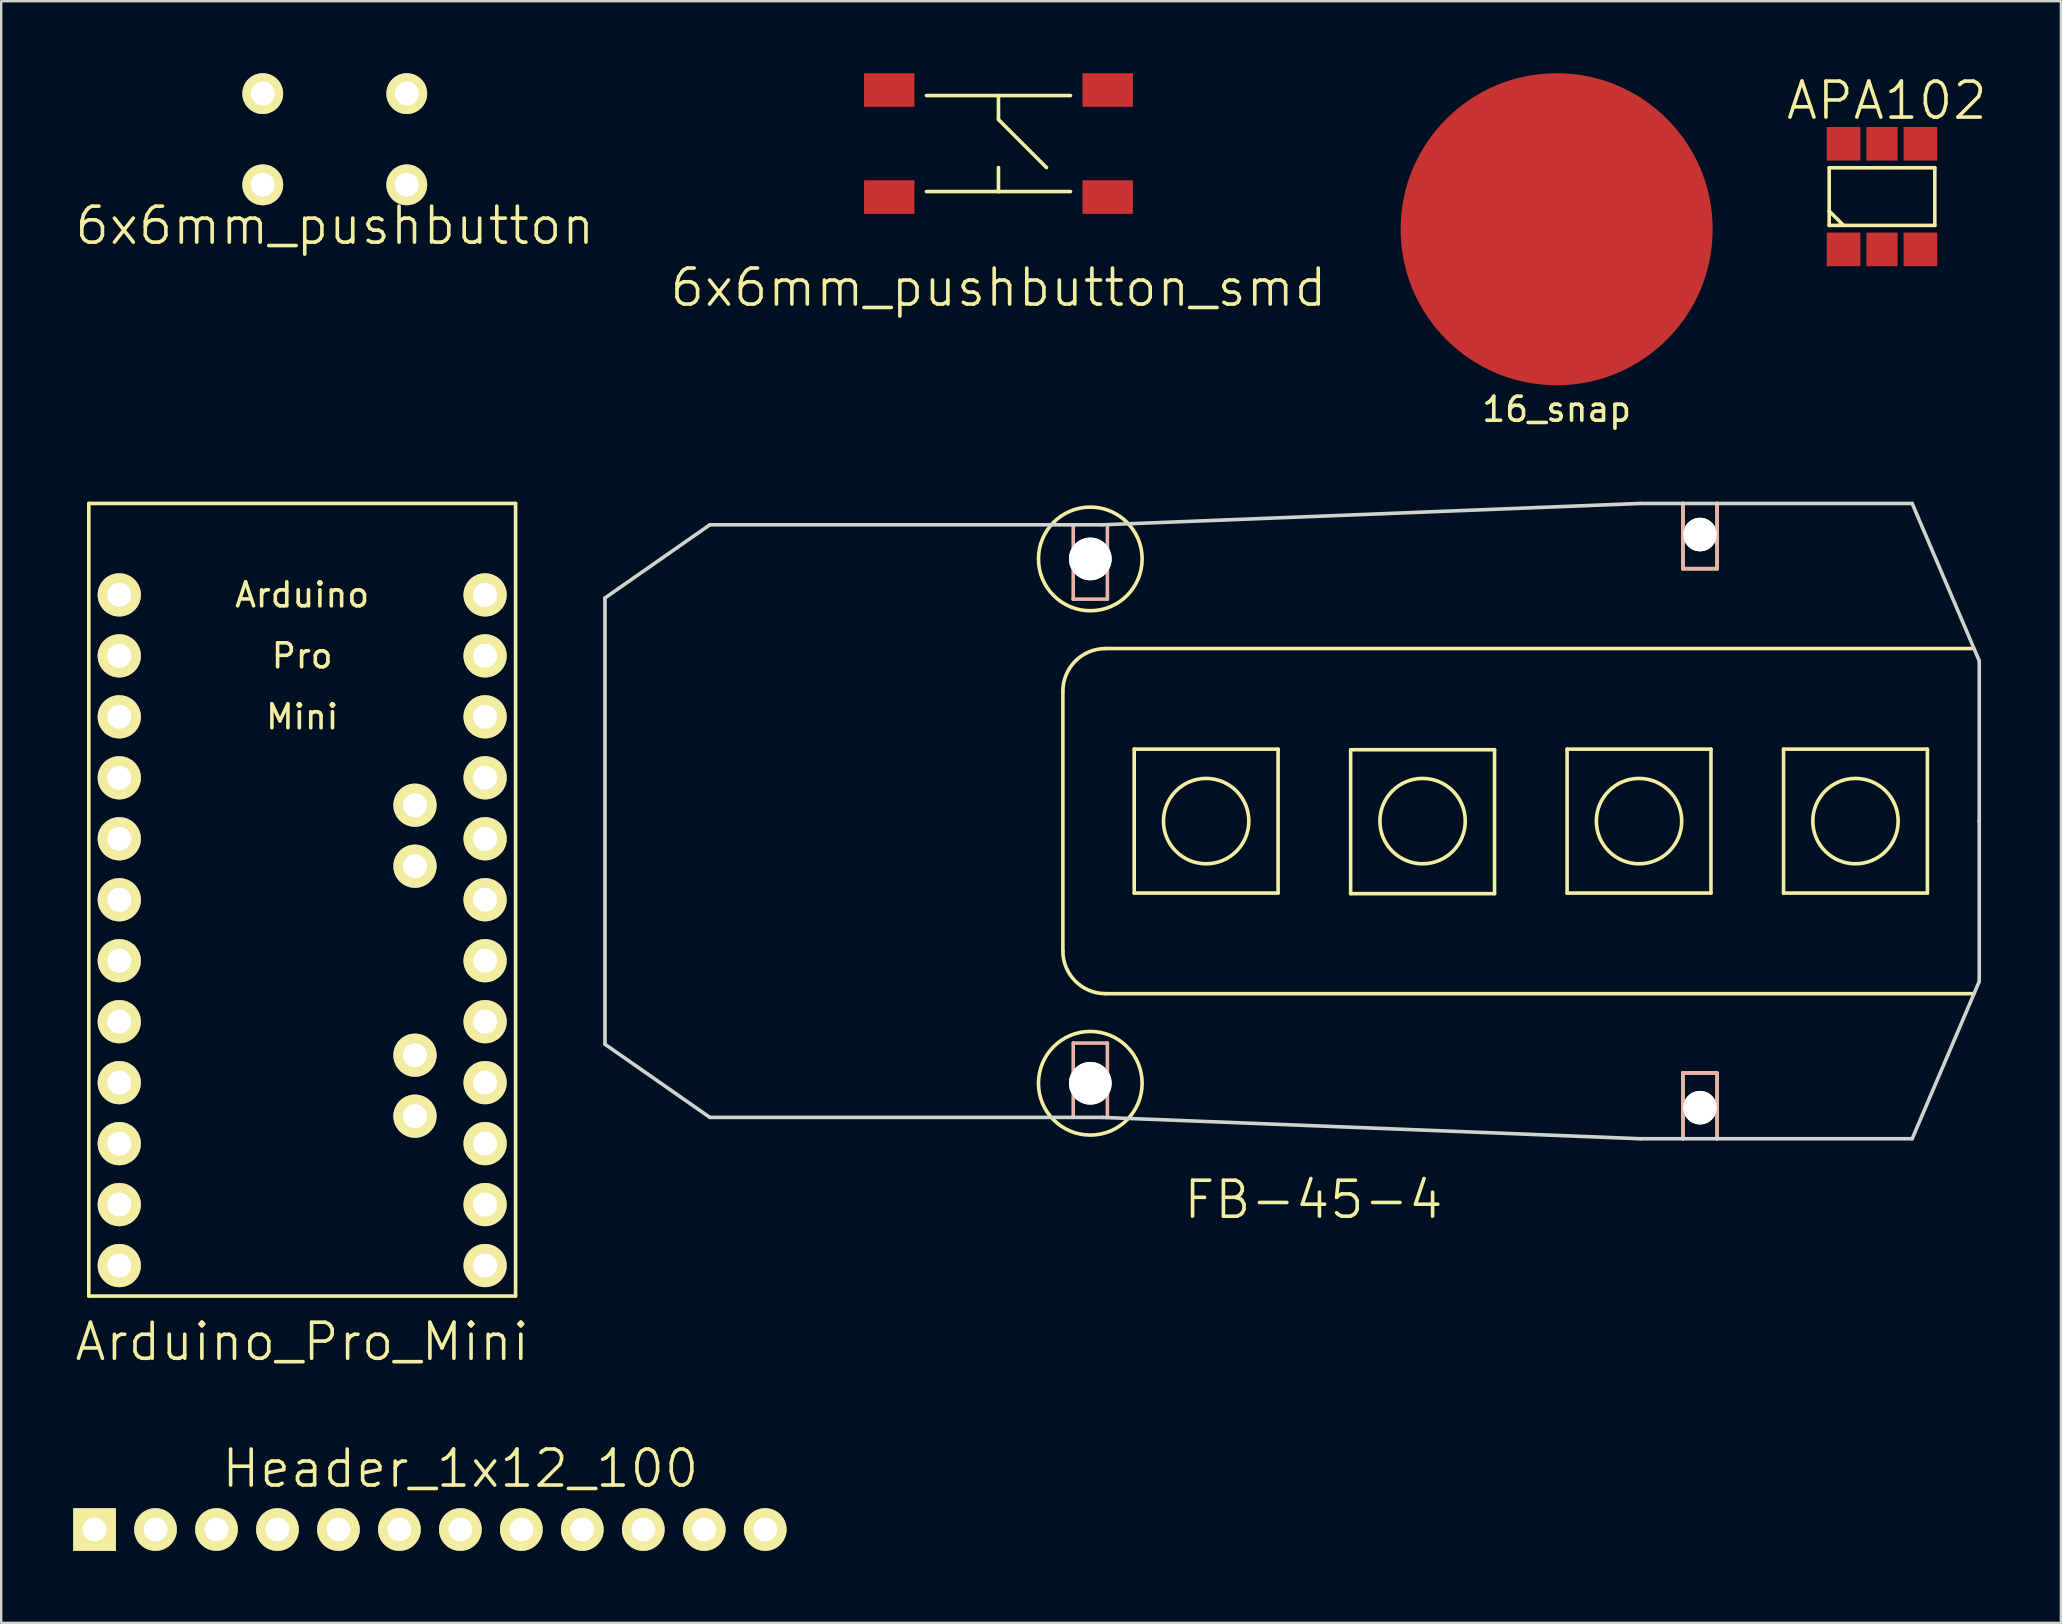
<source format=kicad_pcb>
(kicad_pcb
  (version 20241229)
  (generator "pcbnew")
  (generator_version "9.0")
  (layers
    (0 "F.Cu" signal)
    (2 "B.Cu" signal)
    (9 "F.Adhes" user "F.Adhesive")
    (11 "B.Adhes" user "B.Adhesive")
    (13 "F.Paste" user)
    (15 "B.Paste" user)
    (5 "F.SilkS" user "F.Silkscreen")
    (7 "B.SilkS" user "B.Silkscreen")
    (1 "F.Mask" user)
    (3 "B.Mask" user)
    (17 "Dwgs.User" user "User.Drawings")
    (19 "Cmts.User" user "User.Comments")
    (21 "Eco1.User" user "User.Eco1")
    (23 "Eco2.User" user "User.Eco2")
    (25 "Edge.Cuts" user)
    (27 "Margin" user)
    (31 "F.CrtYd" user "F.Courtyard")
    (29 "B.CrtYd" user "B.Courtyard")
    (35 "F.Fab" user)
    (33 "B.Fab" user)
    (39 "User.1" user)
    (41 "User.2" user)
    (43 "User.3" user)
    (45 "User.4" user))
  (footprint "6x6mm_pushbutton_smd"
    (layer "F.Cu")
    (at 38.546 2.93)
    (property "Reference" "6x6mm_pushbutton_smd" (at 0 6 0) (layer "F.SilkS") (effects (font (size 1.5 1.5) (thickness 0.15))))
    (attr through_hole)
    (fp_line (start -3 -2) (end 3 -2) (stroke (width 0.15) (type solid)) (layer "F.SilkS"))
    (fp_line (start 0 -2) (end 0 -1) (stroke (width 0.15) (type solid)) (layer "F.SilkS"))
    (fp_line (start 0 -1) (end 2 1) (stroke (width 0.15) (type solid)) (layer "F.SilkS"))
    (fp_line (start 0 1) (end 0 2) (stroke (width 0.15) (type solid)) (layer "F.SilkS"))
    (fp_line (start 0 2) (end -3 2) (stroke (width 0.15) (type solid)) (layer "F.SilkS"))
    (fp_line (start 0 2) (end 3 2) (stroke (width 0.15) (type solid)) (layer "F.SilkS"))
    (pad "1" smd rect (at -4.55 -2.23) (size 2.1 1.4) (layers "F.Cu" "F.Mask" "F.Paste"))
    (pad "1" smd rect (at 4.55 -2.23) (size 2.1 1.4) (layers "F.Cu" "F.Mask" "F.Paste"))
    (pad "2" smd rect (at -4.55 2.23) (size 2.1 1.4) (layers "F.Cu" "F.Mask" "F.Paste"))
    (pad "2" smd rect (at 4.55 2.23) (size 2.1 1.4) (layers "F.Cu" "F.Mask" "F.Paste")))
  (footprint "16_snap"
    (layer "F.Cu")
    (at 61.8 6.5)
    (property "Reference" "16_snap" (at 0 7.5 0) (layer "F.SilkS") (effects (font (size 1 1) (thickness 0.15))))
    (attr through_hole)
    (pad "1" smd circle (at 0 0) (size 13 13) (layers "F.Cu" "F.Mask" "F.Paste")))
  (footprint "6x6mm_pushbutton"
    (layer "F.Cu")
    (at 10.896 2.75)
    (property "Reference" "6x6mm_pushbutton" (at 0 3.6 0) (layer "F.SilkS") (effects (font (size 1.5 1.5) (thickness 0.15))))
    (attr through_hole)
    (pad "1" thru_hole circle (at -3 -1.9) (size 1.7 1.7) (drill 1) (layers "*.Cu" "*.Mask" "F.SilkS"))
    (pad "1" thru_hole circle (at 3 -1.9) (size 1.7 1.7) (drill 1) (layers "*.Cu" "*.Mask" "F.SilkS"))
    (pad "2" thru_hole circle (at -3 1.9) (size 1.7 1.7) (drill 1) (layers "*.Cu" "*.Mask" "F.SilkS"))
    (pad "2" thru_hole circle (at 3 1.9) (size 1.7 1.7) (drill 1) (layers "*.Cu" "*.Mask" "F.SilkS")))
  (footprint "FB-45-4"
    (layer "F.Cu")
    (at 79.405 31.157)
    (property "Reference" "FB-45-4" (at -27.737 15.773 0) (layer "F.SilkS") (effects (font (size 1.5 1.5) (thickness 0.15))))
    (attr through_hole)
    (fp_line (start -38.176 -5.41) (end -38.176 5.41) (stroke (width 0.15) (type solid)) (layer "F.SilkS"))
    (fp_line (start -36.398 -7.188) (end -0.229 -7.188) (stroke (width 0.15) (type solid)) (layer "F.SilkS"))
    (fp_line (start -36.398 7.188) (end -0.229 7.188) (stroke (width 0.15) (type solid)) (layer "F.SilkS"))
    (fp_line (start -35.204 -2.997) (end -29.21 -2.997) (stroke (width 0.15) (type solid)) (layer "F.SilkS"))
    (fp_line (start -35.204 2.997) (end -35.204 -2.997) (stroke (width 0.15) (type solid)) (layer "F.SilkS"))
    (fp_line (start -29.21 -2.997) (end -29.21 2.997) (stroke (width 0.15) (type solid)) (layer "F.SilkS"))
    (fp_line (start -29.21 2.997) (end -35.204 2.997) (stroke (width 0.15) (type solid)) (layer "F.SilkS"))
    (fp_line (start -26.187 -2.972) (end -20.193 -2.972) (stroke (width 0.15) (type solid)) (layer "F.SilkS"))
    (fp_line (start -26.187 3.023) (end -26.187 -2.972) (stroke (width 0.15) (type solid)) (layer "F.SilkS"))
    (fp_line (start -20.193 -2.972) (end -20.193 3.023) (stroke (width 0.15) (type solid)) (layer "F.SilkS"))
    (fp_line (start -20.193 3.023) (end -26.187 3.023) (stroke (width 0.15) (type solid)) (layer "F.SilkS"))
    (fp_line (start -17.17 -2.997) (end -11.176 -2.997) (stroke (width 0.15) (type solid)) (layer "F.SilkS"))
    (fp_line (start -17.17 2.997) (end -17.17 -2.997) (stroke (width 0.15) (type solid)) (layer "F.SilkS"))
    (fp_line (start -12.344 -10.516) (end -12.344 -13.233) (stroke (width 0.15) (type solid)) (layer "F.SilkS"))
    (fp_line (start -12.344 -10.516) (end -10.922 -10.516) (stroke (width 0.15) (type solid)) (layer "F.SilkS"))
    (fp_line (start -12.344 10.49) (end -12.344 13.233) (stroke (width 0.15) (type solid)) (layer "F.SilkS"))
    (fp_line (start -12.344 10.49) (end -10.922 10.49) (stroke (width 0.15) (type solid)) (layer "F.SilkS"))
    (fp_line (start -11.176 -2.997) (end -11.176 2.997) (stroke (width 0.15) (type solid)) (layer "F.SilkS"))
    (fp_line (start -11.176 2.997) (end -17.17 2.997) (stroke (width 0.15) (type solid)) (layer "F.SilkS"))
    (fp_line (start -10.922 -10.516) (end -10.922 -13.233) (stroke (width 0.15) (type solid)) (layer "F.SilkS"))
    (fp_line (start -10.922 10.516) (end -10.922 13.233) (stroke (width 0.15) (type solid)) (layer "F.SilkS"))
    (fp_line (start -8.153 -2.997) (end -8.153 2.997) (stroke (width 0.15) (type solid)) (layer "F.SilkS"))
    (fp_line (start -8.153 2.997) (end -2.159 2.997) (stroke (width 0.15) (type solid)) (layer "F.SilkS"))
    (fp_line (start -2.159 -2.997) (end -8.153 -2.997) (stroke (width 0.15) (type solid)) (layer "F.SilkS"))
    (fp_line (start -2.159 2.997) (end -2.159 -2.997) (stroke (width 0.15) (type solid)) (layer "F.SilkS"))
    (fp_arc (start -38.1762 -5.4102) (mid -37.655436 -6.667436) (end -36.3982 -7.1882) (stroke (width 0.15) (type solid)) (layer "F.SilkS"))
    (fp_arc (start -36.3982 7.1882) (mid -37.655436 6.667436) (end -38.1762 5.4102) (stroke (width 0.15) (type solid)) (layer "F.SilkS"))
    (fp_circle (center -37.033 -10.922) (end -37.033 -8.763) (stroke (width 0.15) (type solid)) (fill no) (layer "F.SilkS"))
    (fp_circle (center -37.033 10.922) (end -37.033 8.763) (stroke (width 0.15) (type solid)) (fill no) (layer "F.SilkS"))
    (fp_circle (center -32.207 0) (end -32.207 -1.778) (stroke (width 0.15) (type solid)) (fill no) (layer "F.SilkS"))
    (fp_circle (center -23.19 0) (end -23.19 -1.778) (stroke (width 0.15) (type solid)) (fill no) (layer "F.SilkS"))
    (fp_circle (center -14.173 0) (end -14.173 -1.778) (stroke (width 0.15) (type solid)) (fill no) (layer "F.SilkS"))
    (fp_circle (center -5.156 0) (end -5.156 -1.778) (stroke (width 0.15) (type solid)) (fill no) (layer "F.SilkS"))
    (fp_line (start -37.744 -12.344) (end -37.744 -9.246) (stroke (width 0.15) (type solid)) (layer "B.SilkS"))
    (fp_line (start -37.744 -9.246) (end -36.322 -9.246) (stroke (width 0.15) (type solid)) (layer "B.SilkS"))
    (fp_line (start -37.744 9.246) (end -37.744 12.344) (stroke (width 0.15) (type solid)) (layer "B.SilkS"))
    (fp_line (start -36.322 -9.246) (end -36.322 -12.344) (stroke (width 0.15) (type solid)) (layer "B.SilkS"))
    (fp_line (start -36.322 9.246) (end -37.744 9.246) (stroke (width 0.15) (type solid)) (layer "B.SilkS"))
    (fp_line (start -36.322 9.246) (end -36.322 12.344) (stroke (width 0.15) (type solid)) (layer "B.SilkS"))
    (fp_line (start -12.344 -10.516) (end -12.344 -13.233) (stroke (width 0.15) (type solid)) (layer "B.SilkS"))
    (fp_line (start -12.344 -10.516) (end -10.922 -10.516) (stroke (width 0.15) (type solid)) (layer "B.SilkS"))
    (fp_line (start -12.344 10.49) (end -12.344 13.233) (stroke (width 0.15) (type solid)) (layer "B.SilkS"))
    (fp_line (start -12.344 10.49) (end -10.922 10.49) (stroke (width 0.15) (type solid)) (layer "B.SilkS"))
    (fp_line (start -10.922 -10.516) (end -10.922 -13.233) (stroke (width 0.15) (type solid)) (layer "B.SilkS"))
    (fp_line (start -10.922 10.516) (end -10.922 13.233) (stroke (width 0.15) (type solid)) (layer "B.SilkS"))
    (fp_line (start -57.252 9.296) (end -57.252 -9.296) (stroke (width 0.15) (type solid)) (layer "Edge.Cuts"))
    (fp_line (start -52.883 -12.344) (end -57.252 -9.296) (stroke (width 0.15) (type solid)) (layer "Edge.Cuts"))
    (fp_line (start -52.883 12.344) (end -57.252 9.296) (stroke (width 0.15) (type solid)) (layer "Edge.Cuts"))
    (fp_line (start -36.525 -12.344) (end -52.883 -12.344) (stroke (width 0.15) (type solid)) (layer "Edge.Cuts"))
    (fp_line (start -36.525 12.344) (end -52.883 12.344) (stroke (width 0.15) (type solid)) (layer "Edge.Cuts"))
    (fp_line (start -14.122 -13.233) (end -36.525 -12.344) (stroke (width 0.15) (type solid)) (layer "Edge.Cuts"))
    (fp_line (start -14.122 13.233) (end -36.525 12.344) (stroke (width 0.15) (type solid)) (layer "Edge.Cuts"))
    (fp_line (start -2.794 -13.233) (end -14.122 -13.233) (stroke (width 0.15) (type solid)) (layer "Edge.Cuts"))
    (fp_line (start -2.794 13.233) (end -14.122 13.233) (stroke (width 0.15) (type solid)) (layer "Edge.Cuts"))
    (fp_line (start 0 -6.68) (end -2.794 -13.233) (stroke (width 0.15) (type solid)) (layer "Edge.Cuts"))
    (fp_line (start 0 0) (end 0 -6.68) (stroke (width 0.15) (type solid)) (layer "Edge.Cuts"))
    (fp_line (start 0 0) (end 0 6.68) (stroke (width 0.15) (type solid)) (layer "Edge.Cuts"))
    (fp_line (start 0 6.68) (end -2.794 13.233) (stroke (width 0.15) (type solid)) (layer "Edge.Cuts"))
    (pad "" np_thru_hole circle (at -37.033 -10.922) (size 1.778 1.778) (drill 1.778) (layers "*.Cu" "*.Mask" "F.SilkS"))
    (pad "" np_thru_hole circle (at -37.033 10.922) (size 1.778 1.778) (drill 1.778) (layers "*.Cu" "*.Mask" "F.SilkS"))
    (pad "" np_thru_hole circle (at -11.633 -11.938) (size 1.397 1.397) (drill 1.397) (layers "*.Cu" "*.Mask" "F.SilkS"))
    (pad "" np_thru_hole circle (at -11.633 11.938) (size 1.397 1.397) (drill 1.397) (layers "*.Cu" "*.Mask" "F.SilkS")))
  (footprint "Arduino_Pro_Mini"
    (layer "F.Cu")
    (at 17.159 49.673)
    (property "Reference" "Arduino_Pro_Mini" (at -7.62 3.175 0) (layer "F.SilkS") (effects (font (size 1.5 1.5) (thickness 0.15))))
    (attr through_hole)
    (fp_line (start -16.51 -31.75) (end 1.27 -31.75) (stroke (width 0.15) (type solid)) (layer "F.SilkS"))
    (fp_line (start -16.51 1.27) (end -16.51 -31.75) (stroke (width 0.15) (type solid)) (layer "F.SilkS"))
    (fp_line (start 1.27 -31.75) (end 1.27 1.27) (stroke (width 0.15) (type solid)) (layer "F.SilkS"))
    (fp_line (start 1.27 1.27) (end -16.51 1.27) (stroke (width 0.15) (type solid)) (layer "F.SilkS"))
    (fp_text user "Pro" (at -7.62 -25.4 0) (layer "F.SilkS") (effects (font (size 1 1) (thickness 0.15))))
    (fp_text user "Arduino" (at -7.62 -27.94 0) (layer "F.SilkS") (effects (font (size 1 1) (thickness 0.15))))
    (fp_text user "Mini" (at -7.62 -22.86 0) (layer "F.SilkS") (effects (font (size 1 1) (thickness 0.15))))
    (pad "1" thru_hole circle (at -15.24 -27.94) (size 1.8 1.8) (drill 1) (layers "*.Cu" "*.Mask" "F.SilkS"))
    (pad "2" thru_hole circle (at -15.24 -25.4) (size 1.8 1.8) (drill 1) (layers "*.Cu" "*.Mask" "F.SilkS"))
    (pad "3" thru_hole circle (at -15.24 -22.86) (size 1.8 1.8) (drill 1) (layers "*.Cu" "*.Mask" "F.SilkS"))
    (pad "4" thru_hole circle (at -15.24 -20.32) (size 1.8 1.8) (drill 1) (layers "*.Cu" "*.Mask" "F.SilkS"))
    (pad "5" thru_hole circle (at -15.24 -17.78) (size 1.8 1.8) (drill 1) (layers "*.Cu" "*.Mask" "F.SilkS"))
    (pad "6" thru_hole circle (at -15.24 -15.24) (size 1.8 1.8) (drill 1) (layers "*.Cu" "*.Mask" "F.SilkS"))
    (pad "7" thru_hole circle (at -15.24 -12.7) (size 1.8 1.8) (drill 1) (layers "*.Cu" "*.Mask" "F.SilkS"))
    (pad "8" thru_hole circle (at -15.24 -10.16) (size 1.8 1.8) (drill 1) (layers "*.Cu" "*.Mask" "F.SilkS"))
    (pad "9" thru_hole circle (at -15.24 -7.62) (size 1.8 1.8) (drill 1) (layers "*.Cu" "*.Mask" "F.SilkS"))
    (pad "10" thru_hole circle (at -15.24 -5.08) (size 1.8 1.8) (drill 1) (layers "*.Cu" "*.Mask" "F.SilkS"))
    (pad "11" thru_hole circle (at -15.24 -2.54) (size 1.8 1.8) (drill 1) (layers "*.Cu" "*.Mask" "F.SilkS"))
    (pad "12" thru_hole circle (at -15.24 0) (size 1.8 1.8) (drill 1) (layers "*.Cu" "*.Mask" "F.SilkS"))
    (pad "13" thru_hole circle (at 0 0) (size 1.8 1.8) (drill 1) (layers "*.Cu" "*.Mask" "F.SilkS"))
    (pad "14" thru_hole circle (at 0 -2.54) (size 1.8 1.8) (drill 1) (layers "*.Cu" "*.Mask" "F.SilkS"))
    (pad "15" thru_hole circle (at 0 -5.08) (size 1.8 1.8) (drill 1) (layers "*.Cu" "*.Mask" "F.SilkS"))
    (pad "16" thru_hole circle (at 0 -7.62) (size 1.8 1.8) (drill 1) (layers "*.Cu" "*.Mask" "F.SilkS"))
    (pad "17" thru_hole circle (at 0 -10.16) (size 1.8 1.8) (drill 1) (layers "*.Cu" "*.Mask" "F.SilkS"))
    (pad "18" thru_hole circle (at 0 -12.7) (size 1.8 1.8) (drill 1) (layers "*.Cu" "*.Mask" "F.SilkS"))
    (pad "19" thru_hole circle (at 0 -15.24) (size 1.8 1.8) (drill 1) (layers "*.Cu" "*.Mask" "F.SilkS"))
    (pad "20" thru_hole circle (at 0 -17.78) (size 1.8 1.8) (drill 1) (layers "*.Cu" "*.Mask" "F.SilkS"))
    (pad "21" thru_hole circle (at 0 -20.32) (size 1.8 1.8) (drill 1) (layers "*.Cu" "*.Mask" "F.SilkS"))
    (pad "22" thru_hole circle (at 0 -22.86) (size 1.8 1.8) (drill 1) (layers "*.Cu" "*.Mask" "F.SilkS"))
    (pad "23" thru_hole circle (at 0 -25.4) (size 1.8 1.8) (drill 1) (layers "*.Cu" "*.Mask" "F.SilkS"))
    (pad "24" thru_hole circle (at 0 -27.94) (size 1.8 1.8) (drill 1) (layers "*.Cu" "*.Mask" "F.SilkS"))
    (pad "31" thru_hole circle (at -2.921 -16.637) (size 1.8 1.8) (drill 1) (layers "*.Cu" "*.Mask" "F.SilkS"))
    (pad "32" thru_hole circle (at -2.921 -19.177) (size 1.8 1.8) (drill 1) (layers "*.Cu" "*.Mask" "F.SilkS"))
    (pad "33" thru_hole circle (at -2.921 -6.223) (size 1.8 1.8) (drill 1) (layers "*.Cu" "*.Mask" "F.SilkS"))
    (pad "34" thru_hole circle (at -2.921 -8.763) (size 1.8 1.8) (drill 1) (layers "*.Cu" "*.Mask" "F.SilkS")))
  (footprint "APA102"
    (layer "F.Cu")
    (at 75.354 5.141)
    (property "Reference" "APA102" (at 0.2 -4 0) (layer "F.SilkS") (effects (font (size 1.5 1.5) (thickness 0.15))))
    (attr through_hole)
    (fp_line (start -2.2 -1.2) (end -2.2 1.2) (stroke (width 0.15) (type solid)) (layer "F.SilkS"))
    (fp_line (start -2.2 -1.2) (end 2.2 -1.2) (stroke (width 0.15) (type solid)) (layer "F.SilkS"))
    (fp_line (start -2.2 0.6) (end -1.6 1.2) (stroke (width 0.15) (type solid)) (layer "F.SilkS"))
    (fp_line (start -1.8 1.2) (end -2.2 1.2) (stroke (width 0.15) (type solid)) (layer "F.SilkS"))
    (fp_line (start 2.2 -1.2) (end 2.2 1.2) (stroke (width 0.15) (type solid)) (layer "F.SilkS"))
    (fp_line (start 2.2 1.2) (end -1.8 1.2) (stroke (width 0.15) (type solid)) (layer "F.SilkS"))
    (pad "1" smd rect (at -1.6 2.2 90) (size 1.4 1.4) (layers "F.Cu" "F.Mask" "F.Paste"))
    (pad "2" smd rect (at 0 2.2 90) (size 1.4 1.3) (layers "F.Cu" "F.Mask" "F.Paste"))
    (pad "3" smd rect (at 1.6 2.2 90) (size 1.4 1.4) (layers "F.Cu" "F.Mask" "F.Paste"))
    (pad "4" smd rect (at 1.6 -2.2 90) (size 1.4 1.4) (layers "F.Cu" "F.Mask" "F.Paste"))
    (pad "5" smd rect (at 0 -2.2 90) (size 1.4 1.3) (layers "F.Cu" "F.Mask" "F.Paste"))
    (pad "6" smd rect (at -1.6 -2.2 90) (size 1.4 1.4) (layers "F.Cu" "F.Mask" "F.Paste")))
  (footprint "Header_1x12_100"
    (layer "F.Cu")
    (at 0.889 60.67)
    (property "Reference" "Header_1x12_100" (at 15.24 -2.54 0) (layer "F.SilkS") (effects (font (size 1.5 1.5) (thickness 0.15))))
    (attr through_hole)
    (pad "1" thru_hole rect (at 0 0) (size 1.778 1.778) (drill 0.991) (layers "*.Cu" "*.Mask" "F.SilkS"))
    (pad "2" thru_hole circle (at 2.54 0) (size 1.778 1.778) (drill 0.991) (layers "*.Cu" "*.Mask" "F.SilkS"))
    (pad "3" thru_hole circle (at 5.08 0) (size 1.778 1.778) (drill 0.991) (layers "*.Cu" "*.Mask" "F.SilkS"))
    (pad "4" thru_hole circle (at 7.62 0) (size 1.778 1.778) (drill 0.991) (layers "*.Cu" "*.Mask" "F.SilkS"))
    (pad "5" thru_hole circle (at 10.16 0) (size 1.778 1.778) (drill 0.991) (layers "*.Cu" "*.Mask" "F.SilkS"))
    (pad "6" thru_hole circle (at 12.7 0) (size 1.778 1.778) (drill 0.991) (layers "*.Cu" "*.Mask" "F.SilkS"))
    (pad "7" thru_hole circle (at 15.24 0) (size 1.778 1.778) (drill 0.991) (layers "*.Cu" "*.Mask" "F.SilkS"))
    (pad "8" thru_hole circle (at 17.78 0) (size 1.778 1.778) (drill 0.991) (layers "*.Cu" "*.Mask" "F.SilkS"))
    (pad "9" thru_hole circle (at 20.32 0) (size 1.778 1.778) (drill 0.991) (layers "*.Cu" "*.Mask" "F.SilkS"))
    (pad "10" thru_hole circle (at 22.86 0) (size 1.778 1.778) (drill 0.991) (layers "*.Cu" "*.Mask" "F.SilkS"))
    (pad "11" thru_hole circle (at 25.4 0) (size 1.778 1.778) (drill 0.991) (layers "*.Cu" "*.Mask" "F.SilkS"))
    (pad "12" thru_hole circle (at 27.94 0) (size 1.778 1.778) (drill 0.991) (layers "*.Cu" "*.Mask" "F.SilkS")))
  (gr_rect
    (start -3 -3)
    (end 82.807 64.559)
    (stroke (width 0.1) (type default))
    (fill no)
    (layer "Edge.Cuts")))
</source>
